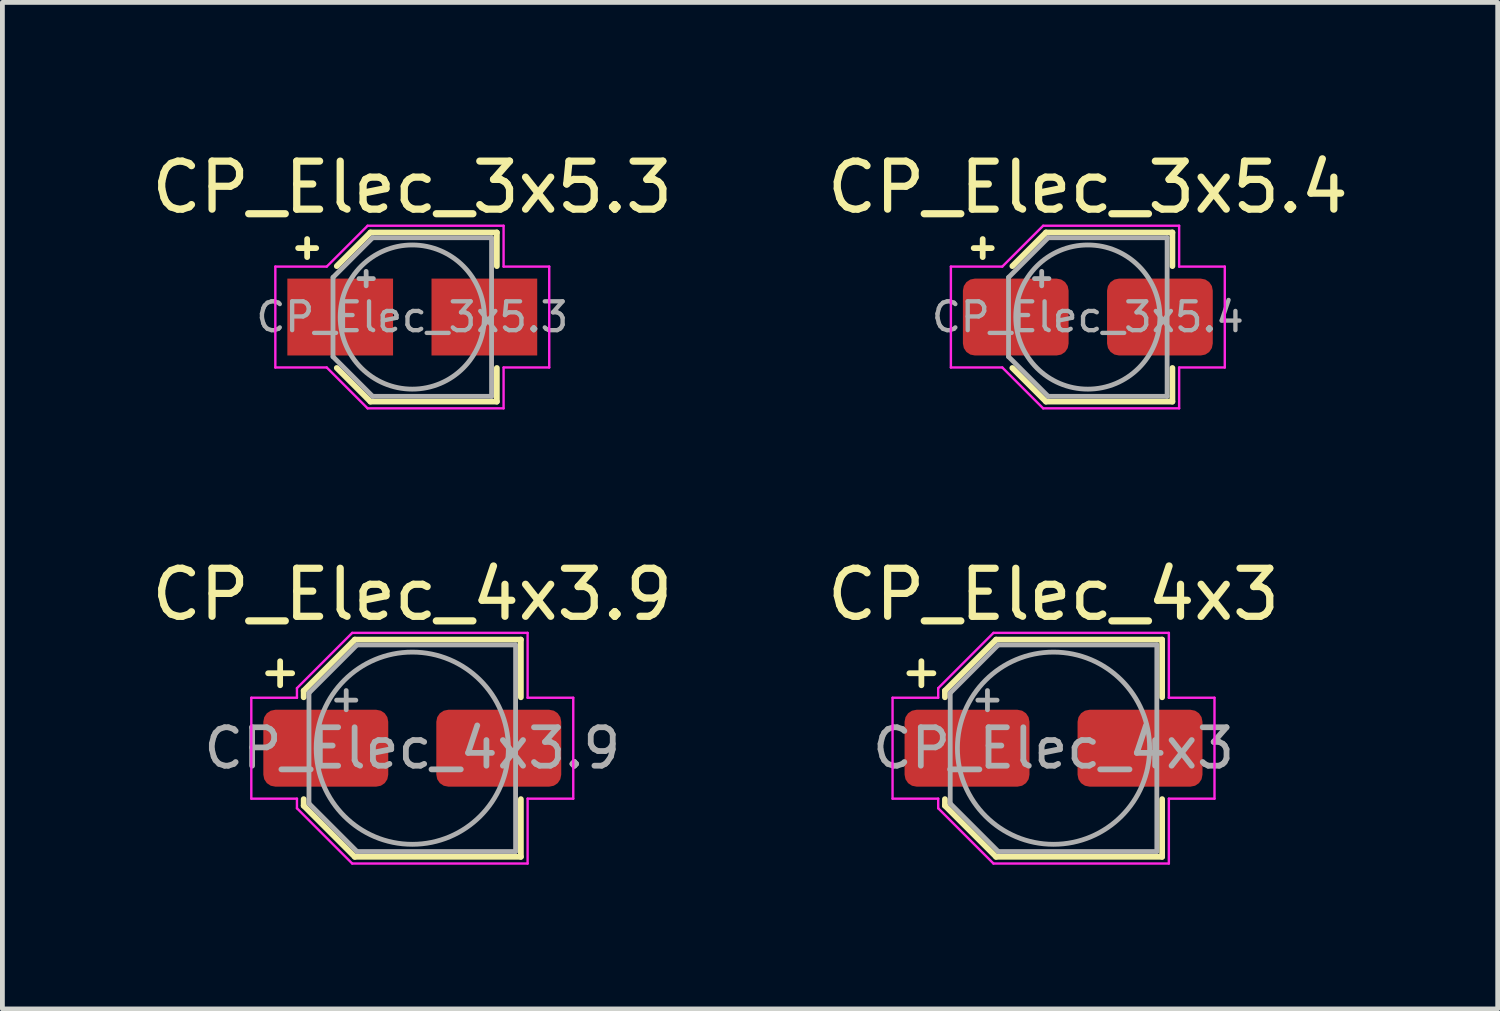
<source format=kicad_pcb>
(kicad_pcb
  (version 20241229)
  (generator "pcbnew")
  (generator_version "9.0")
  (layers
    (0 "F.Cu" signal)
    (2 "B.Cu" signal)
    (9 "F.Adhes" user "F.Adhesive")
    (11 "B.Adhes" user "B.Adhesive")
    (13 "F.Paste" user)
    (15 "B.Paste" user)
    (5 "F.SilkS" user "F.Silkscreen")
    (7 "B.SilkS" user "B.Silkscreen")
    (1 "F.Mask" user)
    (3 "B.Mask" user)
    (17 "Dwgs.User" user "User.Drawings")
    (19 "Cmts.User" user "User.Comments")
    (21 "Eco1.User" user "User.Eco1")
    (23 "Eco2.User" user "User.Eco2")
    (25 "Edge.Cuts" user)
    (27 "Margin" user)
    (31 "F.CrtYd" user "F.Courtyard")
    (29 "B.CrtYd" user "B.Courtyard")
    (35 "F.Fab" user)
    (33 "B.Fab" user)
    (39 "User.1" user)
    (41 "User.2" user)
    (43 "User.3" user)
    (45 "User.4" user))
  (footprint "CP_Elec_4x3"
    (layer "F.Cu")
    (at 18.875 12.521)
    (property "Reference" "CP_Elec_4x3" (at 0 -3.2 0) (layer "F.SilkS") (effects (font (size 1 1) (thickness 0.15))))
    (attr smd)
    (fp_line (start -3 -1.56) (end -2.5 -1.56) (stroke (width 0.12) (type solid)) (layer "F.SilkS"))
    (fp_line (start -2.75 -1.81) (end -2.75 -1.31) (stroke (width 0.12) (type solid)) (layer "F.SilkS"))
    (fp_line (start -2.26 -1.196) (end -2.26 -1.06) (stroke (width 0.12) (type solid)) (layer "F.SilkS"))
    (fp_line (start -2.26 -1.196) (end -1.196 -2.26) (stroke (width 0.12) (type solid)) (layer "F.SilkS"))
    (fp_line (start -2.26 1.196) (end -2.26 1.06) (stroke (width 0.12) (type solid)) (layer "F.SilkS"))
    (fp_line (start -2.26 1.196) (end -1.196 2.26) (stroke (width 0.12) (type solid)) (layer "F.SilkS"))
    (fp_line (start -1.196 -2.26) (end 2.26 -2.26) (stroke (width 0.12) (type solid)) (layer "F.SilkS"))
    (fp_line (start -1.196 2.26) (end 2.26 2.26) (stroke (width 0.12) (type solid)) (layer "F.SilkS"))
    (fp_line (start 2.26 -2.26) (end 2.26 -1.06) (stroke (width 0.12) (type solid)) (layer "F.SilkS"))
    (fp_line (start 2.26 2.26) (end 2.26 1.06) (stroke (width 0.12) (type solid)) (layer "F.SilkS"))
    (fp_line (start -3.35 -1.05) (end -3.35 1.05) (stroke (width 0.05) (type solid)) (layer "F.CrtYd"))
    (fp_line (start -3.35 1.05) (end -2.4 1.05) (stroke (width 0.05) (type solid)) (layer "F.CrtYd"))
    (fp_line (start -2.4 -1.25) (end -2.4 -1.05) (stroke (width 0.05) (type solid)) (layer "F.CrtYd"))
    (fp_line (start -2.4 -1.25) (end -1.25 -2.4) (stroke (width 0.05) (type solid)) (layer "F.CrtYd"))
    (fp_line (start -2.4 -1.05) (end -3.35 -1.05) (stroke (width 0.05) (type solid)) (layer "F.CrtYd"))
    (fp_line (start -2.4 1.05) (end -2.4 1.25) (stroke (width 0.05) (type solid)) (layer "F.CrtYd"))
    (fp_line (start -2.4 1.25) (end -1.25 2.4) (stroke (width 0.05) (type solid)) (layer "F.CrtYd"))
    (fp_line (start -1.25 -2.4) (end 2.4 -2.4) (stroke (width 0.05) (type solid)) (layer "F.CrtYd"))
    (fp_line (start -1.25 2.4) (end 2.4 2.4) (stroke (width 0.05) (type solid)) (layer "F.CrtYd"))
    (fp_line (start 2.4 -2.4) (end 2.4 -1.05) (stroke (width 0.05) (type solid)) (layer "F.CrtYd"))
    (fp_line (start 2.4 -1.05) (end 3.35 -1.05) (stroke (width 0.05) (type solid)) (layer "F.CrtYd"))
    (fp_line (start 2.4 1.05) (end 2.4 2.4) (stroke (width 0.05) (type solid)) (layer "F.CrtYd"))
    (fp_line (start 3.35 -1.05) (end 3.35 1.05) (stroke (width 0.05) (type solid)) (layer "F.CrtYd"))
    (fp_line (start 3.35 1.05) (end 2.4 1.05) (stroke (width 0.05) (type solid)) (layer "F.CrtYd"))
    (fp_line (start -2.15 -1.15) (end -2.15 1.15) (stroke (width 0.1) (type solid)) (layer "F.Fab"))
    (fp_line (start -2.15 -1.15) (end -1.15 -2.15) (stroke (width 0.1) (type solid)) (layer "F.Fab"))
    (fp_line (start -2.15 1.15) (end -1.15 2.15) (stroke (width 0.1) (type solid)) (layer "F.Fab"))
    (fp_line (start -1.575 -1) (end -1.175 -1) (stroke (width 0.1) (type solid)) (layer "F.Fab"))
    (fp_line (start -1.375 -1.2) (end -1.375 -0.8) (stroke (width 0.1) (type solid)) (layer "F.Fab"))
    (fp_line (start -1.15 -2.15) (end 2.15 -2.15) (stroke (width 0.1) (type solid)) (layer "F.Fab"))
    (fp_line (start -1.15 2.15) (end 2.15 2.15) (stroke (width 0.1) (type solid)) (layer "F.Fab"))
    (fp_line (start 2.15 -2.15) (end 2.15 2.15) (stroke (width 0.1) (type solid)) (layer "F.Fab"))
    (fp_circle (center 0 0) (end 2 0) (stroke (width 0.1) (type solid)) (fill no) (layer "F.Fab"))
    (fp_text user "${REFERENCE}" (at 0 0 0) (layer "F.Fab") (effects (font (size 0.8 0.8) (thickness 0.12))))
    (pad "1" smd roundrect (at -1.8 0) (size 2.6 1.6) (layers "F.Cu" "F.Mask" "F.Paste") (roundrect_rratio 0.156))
    (pad "2" smd roundrect (at 1.8 0) (size 2.6 1.6) (layers "F.Cu" "F.Mask" "F.Paste") (roundrect_rratio 0.156)))
  (footprint "CP_Elec_4x3.9"
    (layer "F.Cu")
    (at 5.53 12.521)
    (property "Reference" "CP_Elec_4x3.9" (at 0 -3.2 0) (layer "F.SilkS") (effects (font (size 1 1) (thickness 0.15))))
    (attr smd)
    (fp_line (start -3 -1.56) (end -2.5 -1.56) (stroke (width 0.12) (type solid)) (layer "F.SilkS"))
    (fp_line (start -2.75 -1.81) (end -2.75 -1.31) (stroke (width 0.12) (type solid)) (layer "F.SilkS"))
    (fp_line (start -2.26 -1.196) (end -2.26 -1.06) (stroke (width 0.12) (type solid)) (layer "F.SilkS"))
    (fp_line (start -2.26 -1.196) (end -1.196 -2.26) (stroke (width 0.12) (type solid)) (layer "F.SilkS"))
    (fp_line (start -2.26 1.196) (end -2.26 1.06) (stroke (width 0.12) (type solid)) (layer "F.SilkS"))
    (fp_line (start -2.26 1.196) (end -1.196 2.26) (stroke (width 0.12) (type solid)) (layer "F.SilkS"))
    (fp_line (start -1.196 -2.26) (end 2.26 -2.26) (stroke (width 0.12) (type solid)) (layer "F.SilkS"))
    (fp_line (start -1.196 2.26) (end 2.26 2.26) (stroke (width 0.12) (type solid)) (layer "F.SilkS"))
    (fp_line (start 2.26 -2.26) (end 2.26 -1.06) (stroke (width 0.12) (type solid)) (layer "F.SilkS"))
    (fp_line (start 2.26 2.26) (end 2.26 1.06) (stroke (width 0.12) (type solid)) (layer "F.SilkS"))
    (fp_line (start -3.35 -1.05) (end -3.35 1.05) (stroke (width 0.05) (type solid)) (layer "F.CrtYd"))
    (fp_line (start -3.35 1.05) (end -2.4 1.05) (stroke (width 0.05) (type solid)) (layer "F.CrtYd"))
    (fp_line (start -2.4 -1.25) (end -2.4 -1.05) (stroke (width 0.05) (type solid)) (layer "F.CrtYd"))
    (fp_line (start -2.4 -1.25) (end -1.25 -2.4) (stroke (width 0.05) (type solid)) (layer "F.CrtYd"))
    (fp_line (start -2.4 -1.05) (end -3.35 -1.05) (stroke (width 0.05) (type solid)) (layer "F.CrtYd"))
    (fp_line (start -2.4 1.05) (end -2.4 1.25) (stroke (width 0.05) (type solid)) (layer "F.CrtYd"))
    (fp_line (start -2.4 1.25) (end -1.25 2.4) (stroke (width 0.05) (type solid)) (layer "F.CrtYd"))
    (fp_line (start -1.25 -2.4) (end 2.4 -2.4) (stroke (width 0.05) (type solid)) (layer "F.CrtYd"))
    (fp_line (start -1.25 2.4) (end 2.4 2.4) (stroke (width 0.05) (type solid)) (layer "F.CrtYd"))
    (fp_line (start 2.4 -2.4) (end 2.4 -1.05) (stroke (width 0.05) (type solid)) (layer "F.CrtYd"))
    (fp_line (start 2.4 -1.05) (end 3.35 -1.05) (stroke (width 0.05) (type solid)) (layer "F.CrtYd"))
    (fp_line (start 2.4 1.05) (end 2.4 2.4) (stroke (width 0.05) (type solid)) (layer "F.CrtYd"))
    (fp_line (start 3.35 -1.05) (end 3.35 1.05) (stroke (width 0.05) (type solid)) (layer "F.CrtYd"))
    (fp_line (start 3.35 1.05) (end 2.4 1.05) (stroke (width 0.05) (type solid)) (layer "F.CrtYd"))
    (fp_line (start -2.15 -1.15) (end -2.15 1.15) (stroke (width 0.1) (type solid)) (layer "F.Fab"))
    (fp_line (start -2.15 -1.15) (end -1.15 -2.15) (stroke (width 0.1) (type solid)) (layer "F.Fab"))
    (fp_line (start -2.15 1.15) (end -1.15 2.15) (stroke (width 0.1) (type solid)) (layer "F.Fab"))
    (fp_line (start -1.575 -1) (end -1.175 -1) (stroke (width 0.1) (type solid)) (layer "F.Fab"))
    (fp_line (start -1.375 -1.2) (end -1.375 -0.8) (stroke (width 0.1) (type solid)) (layer "F.Fab"))
    (fp_line (start -1.15 -2.15) (end 2.15 -2.15) (stroke (width 0.1) (type solid)) (layer "F.Fab"))
    (fp_line (start -1.15 2.15) (end 2.15 2.15) (stroke (width 0.1) (type solid)) (layer "F.Fab"))
    (fp_line (start 2.15 -2.15) (end 2.15 2.15) (stroke (width 0.1) (type solid)) (layer "F.Fab"))
    (fp_circle (center 0 0) (end 2 0) (stroke (width 0.1) (type solid)) (fill no) (layer "F.Fab"))
    (fp_text user "${REFERENCE}" (at 0 0 0) (layer "F.Fab") (effects (font (size 0.8 0.8) (thickness 0.12))))
    (pad "1" smd roundrect (at -1.8 0) (size 2.6 1.6) (layers "F.Cu" "F.Mask" "F.Paste") (roundrect_rratio 0.156))
    (pad "2" smd roundrect (at 1.8 0) (size 2.6 1.6) (layers "F.Cu" "F.Mask" "F.Paste") (roundrect_rratio 0.156)))
  (footprint "CP_Elec_3x5.4"
    (layer "F.Cu")
    (at 19.589 3.548)
    (property "Reference" "CP_Elec_3x5.4" (at 0 -2.7 0) (layer "F.SilkS") (effects (font (size 1 1) (thickness 0.15))))
    (attr smd)
    (fp_line (start -2.375 -1.435) (end -2 -1.435) (stroke (width 0.12) (type solid)) (layer "F.SilkS"))
    (fp_line (start -2.188 -1.623) (end -2.188 -1.248) (stroke (width 0.12) (type solid)) (layer "F.SilkS"))
    (fp_line (start -1.571 -1.06) (end -0.871 -1.76) (stroke (width 0.12) (type solid)) (layer "F.SilkS"))
    (fp_line (start -1.571 1.06) (end -0.871 1.76) (stroke (width 0.12) (type solid)) (layer "F.SilkS"))
    (fp_line (start -0.871 -1.76) (end 1.76 -1.76) (stroke (width 0.12) (type solid)) (layer "F.SilkS"))
    (fp_line (start -0.871 1.76) (end 1.76 1.76) (stroke (width 0.12) (type solid)) (layer "F.SilkS"))
    (fp_line (start 1.76 -1.76) (end 1.76 -1.06) (stroke (width 0.12) (type solid)) (layer "F.SilkS"))
    (fp_line (start 1.76 1.76) (end 1.76 1.06) (stroke (width 0.12) (type solid)) (layer "F.SilkS"))
    (fp_line (start -2.85 -1.05) (end -2.85 1.05) (stroke (width 0.05) (type solid)) (layer "F.CrtYd"))
    (fp_line (start -2.85 1.05) (end -1.78 1.05) (stroke (width 0.05) (type solid)) (layer "F.CrtYd"))
    (fp_line (start -1.78 -1.05) (end -2.85 -1.05) (stroke (width 0.05) (type solid)) (layer "F.CrtYd"))
    (fp_line (start -1.78 -1.05) (end -0.93 -1.9) (stroke (width 0.05) (type solid)) (layer "F.CrtYd"))
    (fp_line (start -1.78 1.05) (end -0.93 1.9) (stroke (width 0.05) (type solid)) (layer "F.CrtYd"))
    (fp_line (start -0.93 -1.9) (end 1.9 -1.9) (stroke (width 0.05) (type solid)) (layer "F.CrtYd"))
    (fp_line (start -0.93 1.9) (end 1.9 1.9) (stroke (width 0.05) (type solid)) (layer "F.CrtYd"))
    (fp_line (start 1.9 -1.9) (end 1.9 -1.05) (stroke (width 0.05) (type solid)) (layer "F.CrtYd"))
    (fp_line (start 1.9 -1.05) (end 2.85 -1.05) (stroke (width 0.05) (type solid)) (layer "F.CrtYd"))
    (fp_line (start 1.9 1.05) (end 1.9 1.9) (stroke (width 0.05) (type solid)) (layer "F.CrtYd"))
    (fp_line (start 2.85 -1.05) (end 2.85 1.05) (stroke (width 0.05) (type solid)) (layer "F.CrtYd"))
    (fp_line (start 2.85 1.05) (end 1.9 1.05) (stroke (width 0.05) (type solid)) (layer "F.CrtYd"))
    (fp_line (start -1.65 -0.825) (end -1.65 0.825) (stroke (width 0.1) (type solid)) (layer "F.Fab"))
    (fp_line (start -1.65 -0.825) (end -0.825 -1.65) (stroke (width 0.1) (type solid)) (layer "F.Fab"))
    (fp_line (start -1.65 0.825) (end -0.825 1.65) (stroke (width 0.1) (type solid)) (layer "F.Fab"))
    (fp_line (start -1.11 -0.8) (end -0.81 -0.8) (stroke (width 0.1) (type solid)) (layer "F.Fab"))
    (fp_line (start -0.96 -0.95) (end -0.96 -0.65) (stroke (width 0.1) (type solid)) (layer "F.Fab"))
    (fp_line (start -0.825 -1.65) (end 1.65 -1.65) (stroke (width 0.1) (type solid)) (layer "F.Fab"))
    (fp_line (start -0.825 1.65) (end 1.65 1.65) (stroke (width 0.1) (type solid)) (layer "F.Fab"))
    (fp_line (start 1.65 -1.65) (end 1.65 1.65) (stroke (width 0.1) (type solid)) (layer "F.Fab"))
    (fp_circle (center 0 0) (end 1.5 0) (stroke (width 0.1) (type solid)) (fill no) (layer "F.Fab"))
    (fp_text user "${REFERENCE}" (at 0 0 0) (layer "F.Fab") (effects (font (size 0.6 0.6) (thickness 0.09))))
    (pad "1" smd roundrect (at -1.5 0) (size 2.2 1.6) (layers "F.Cu" "F.Mask" "F.Paste") (roundrect_rratio 0.156))
    (pad "2" smd roundrect (at 1.5 0) (size 2.2 1.6) (layers "F.Cu" "F.Mask" "F.Paste") (roundrect_rratio 0.156)))
  (footprint "CP_Elec_3x5.3"
    (layer "F.Cu")
    (at 5.53 3.548)
    (property "Reference" "CP_Elec_3x5.3" (at 0 -2.7 0) (layer "F.SilkS") (effects (font (size 1 1) (thickness 0.15))))
    (attr smd)
    (fp_line (start -2.375 -1.435) (end -2 -1.435) (stroke (width 0.12) (type solid)) (layer "F.SilkS"))
    (fp_line (start -2.188 -1.623) (end -2.188 -1.248) (stroke (width 0.12) (type solid)) (layer "F.SilkS"))
    (fp_line (start -1.571 -1.06) (end -0.871 -1.76) (stroke (width 0.12) (type solid)) (layer "F.SilkS"))
    (fp_line (start -1.571 1.06) (end -0.871 1.76) (stroke (width 0.12) (type solid)) (layer "F.SilkS"))
    (fp_line (start -0.871 -1.76) (end 1.76 -1.76) (stroke (width 0.12) (type solid)) (layer "F.SilkS"))
    (fp_line (start -0.871 1.76) (end 1.76 1.76) (stroke (width 0.12) (type solid)) (layer "F.SilkS"))
    (fp_line (start 1.76 -1.76) (end 1.76 -1.06) (stroke (width 0.12) (type solid)) (layer "F.SilkS"))
    (fp_line (start 1.76 1.76) (end 1.76 1.06) (stroke (width 0.12) (type solid)) (layer "F.SilkS"))
    (fp_line (start -2.85 -1.05) (end -2.85 1.05) (stroke (width 0.05) (type solid)) (layer "F.CrtYd"))
    (fp_line (start -2.85 1.05) (end -1.78 1.05) (stroke (width 0.05) (type solid)) (layer "F.CrtYd"))
    (fp_line (start -1.78 -1.05) (end -2.85 -1.05) (stroke (width 0.05) (type solid)) (layer "F.CrtYd"))
    (fp_line (start -1.78 -1.05) (end -0.93 -1.9) (stroke (width 0.05) (type solid)) (layer "F.CrtYd"))
    (fp_line (start -1.78 1.05) (end -0.93 1.9) (stroke (width 0.05) (type solid)) (layer "F.CrtYd"))
    (fp_line (start -0.93 -1.9) (end 1.9 -1.9) (stroke (width 0.05) (type solid)) (layer "F.CrtYd"))
    (fp_line (start -0.93 1.9) (end 1.9 1.9) (stroke (width 0.05) (type solid)) (layer "F.CrtYd"))
    (fp_line (start 1.9 -1.9) (end 1.9 -1.05) (stroke (width 0.05) (type solid)) (layer "F.CrtYd"))
    (fp_line (start 1.9 -1.05) (end 2.85 -1.05) (stroke (width 0.05) (type solid)) (layer "F.CrtYd"))
    (fp_line (start 1.9 1.05) (end 1.9 1.9) (stroke (width 0.05) (type solid)) (layer "F.CrtYd"))
    (fp_line (start 2.85 -1.05) (end 2.85 1.05) (stroke (width 0.05) (type solid)) (layer "F.CrtYd"))
    (fp_line (start 2.85 1.05) (end 1.9 1.05) (stroke (width 0.05) (type solid)) (layer "F.CrtYd"))
    (fp_line (start -1.65 -0.825) (end -1.65 0.825) (stroke (width 0.1) (type solid)) (layer "F.Fab"))
    (fp_line (start -1.65 -0.825) (end -0.825 -1.65) (stroke (width 0.1) (type solid)) (layer "F.Fab"))
    (fp_line (start -1.65 0.825) (end -0.825 1.65) (stroke (width 0.1) (type solid)) (layer "F.Fab"))
    (fp_line (start -1.11 -0.8) (end -0.81 -0.8) (stroke (width 0.1) (type solid)) (layer "F.Fab"))
    (fp_line (start -0.96 -0.95) (end -0.96 -0.65) (stroke (width 0.1) (type solid)) (layer "F.Fab"))
    (fp_line (start -0.825 -1.65) (end 1.65 -1.65) (stroke (width 0.1) (type solid)) (layer "F.Fab"))
    (fp_line (start -0.825 1.65) (end 1.65 1.65) (stroke (width 0.1) (type solid)) (layer "F.Fab"))
    (fp_line (start 1.65 -1.65) (end 1.65 1.65) (stroke (width 0.1) (type solid)) (layer "F.Fab"))
    (fp_circle (center 0 0) (end 1.5 0) (stroke (width 0.1) (type solid)) (fill no) (layer "F.Fab"))
    (fp_text user "${REFERENCE}" (at 0 0 0) (layer "F.Fab") (effects (font (size 0.6 0.6) (thickness 0.09))))
    (pad "1" smd rect (at -1.5 0) (size 2.2 1.6) (layers "F.Cu" "F.Mask" "F.Paste"))
    (pad "2" smd rect (at 1.5 0) (size 2.2 1.6) (layers "F.Cu" "F.Mask" "F.Paste")))
  (gr_rect
    (start -3 -3)
    (end 28.119 17.947)
    (stroke (width 0.1) (type default))
    (fill no)
    (layer "Edge.Cuts")))
</source>
